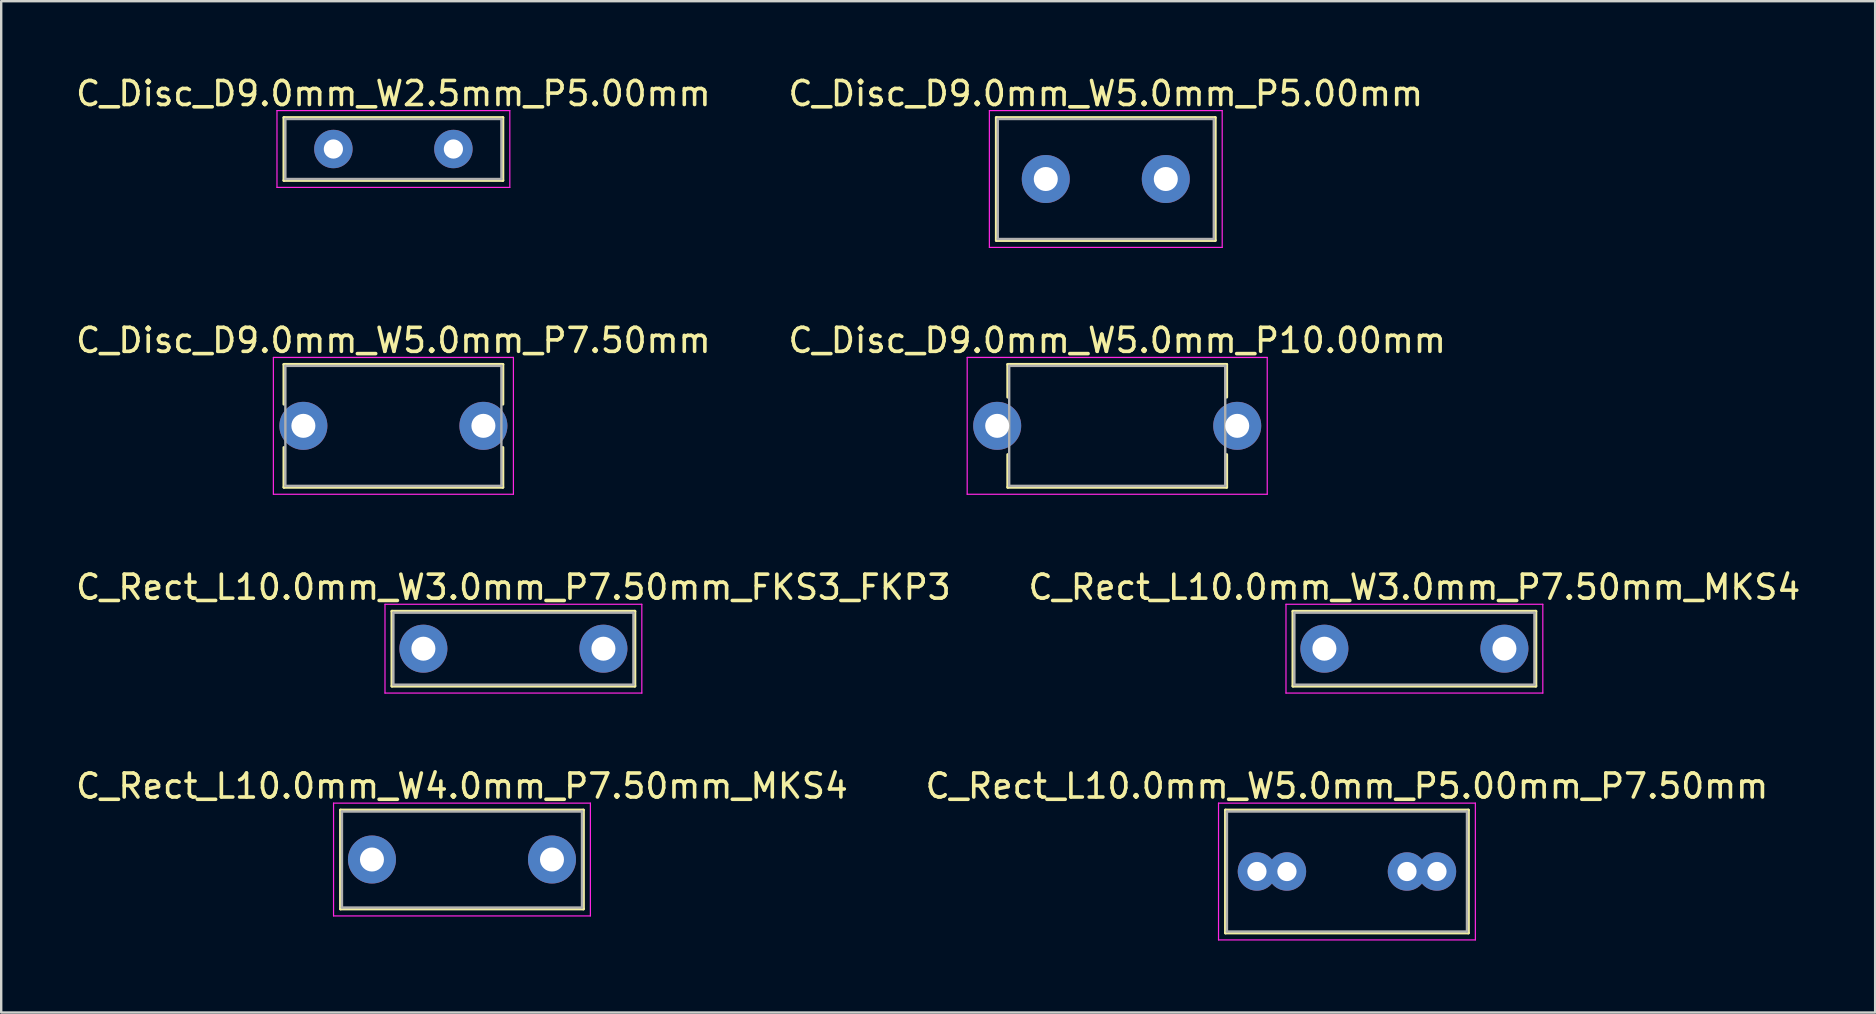
<source format=kicad_pcb>
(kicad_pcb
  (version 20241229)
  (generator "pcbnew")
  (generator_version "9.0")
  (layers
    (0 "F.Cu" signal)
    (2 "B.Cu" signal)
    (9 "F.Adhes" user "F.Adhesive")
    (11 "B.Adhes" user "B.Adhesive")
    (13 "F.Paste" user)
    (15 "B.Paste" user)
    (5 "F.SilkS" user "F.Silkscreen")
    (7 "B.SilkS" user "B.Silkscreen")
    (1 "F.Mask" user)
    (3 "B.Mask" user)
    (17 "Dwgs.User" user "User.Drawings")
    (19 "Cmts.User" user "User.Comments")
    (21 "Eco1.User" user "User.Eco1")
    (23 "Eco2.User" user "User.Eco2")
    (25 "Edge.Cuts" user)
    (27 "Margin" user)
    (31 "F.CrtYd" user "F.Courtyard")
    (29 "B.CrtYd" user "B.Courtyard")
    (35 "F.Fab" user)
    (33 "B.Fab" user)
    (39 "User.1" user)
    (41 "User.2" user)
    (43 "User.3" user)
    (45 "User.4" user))
  (footprint "C_Rect_L10.0mm_W3.0mm_P7.50mm_FKS3_FKP3"
    (layer "F.Cu")
    (at 14.589 23.975)
    (property "Reference" "C_Rect_L10.0mm_W3.0mm_P7.50mm_FKS3_FKP3" (at 3.75 -2.56 0) (layer "F.SilkS") (effects (font (size 1 1) (thickness 0.15))))
    (attr through_hole)
    (fp_line (start -1.31 -1.56) (end -1.31 1.56) (stroke (width 0.12) (type solid)) (layer "F.SilkS"))
    (fp_line (start -1.31 -1.56) (end 8.81 -1.56) (stroke (width 0.12) (type solid)) (layer "F.SilkS"))
    (fp_line (start -1.31 1.56) (end 8.81 1.56) (stroke (width 0.12) (type solid)) (layer "F.SilkS"))
    (fp_line (start 8.81 -1.56) (end 8.81 1.56) (stroke (width 0.12) (type solid)) (layer "F.SilkS"))
    (fp_line (start -1.6 -1.85) (end -1.6 1.85) (stroke (width 0.05) (type solid)) (layer "F.CrtYd"))
    (fp_line (start -1.6 1.85) (end 9.1 1.85) (stroke (width 0.05) (type solid)) (layer "F.CrtYd"))
    (fp_line (start 9.1 -1.85) (end -1.6 -1.85) (stroke (width 0.05) (type solid)) (layer "F.CrtYd"))
    (fp_line (start 9.1 1.85) (end 9.1 -1.85) (stroke (width 0.05) (type solid)) (layer "F.CrtYd"))
    (fp_line (start -1.25 -1.5) (end -1.25 1.5) (stroke (width 0.1) (type solid)) (layer "F.Fab"))
    (fp_line (start -1.25 1.5) (end 8.75 1.5) (stroke (width 0.1) (type solid)) (layer "F.Fab"))
    (fp_line (start 8.75 -1.5) (end -1.25 -1.5) (stroke (width 0.1) (type solid)) (layer "F.Fab"))
    (fp_line (start 8.75 1.5) (end 8.75 -1.5) (stroke (width 0.1) (type solid)) (layer "F.Fab"))
    (pad "1" thru_hole circle (at 0 0) (size 2 2) (drill 1) (layers "*.Cu" "*.Mask"))
    (pad "2" thru_hole circle (at 7.5 0) (size 2 2) (drill 1) (layers "*.Cu" "*.Mask")))
  (footprint "C_Rect_L10.0mm_W4.0mm_P7.50mm_MKS4"
    (layer "F.Cu")
    (at 12.446 32.758)
    (property "Reference" "C_Rect_L10.0mm_W4.0mm_P7.50mm_MKS4" (at 3.75 -3.06 0) (layer "F.SilkS") (effects (font (size 1 1) (thickness 0.15))))
    (attr through_hole)
    (fp_line (start -1.31 -2.06) (end -1.31 2.06) (stroke (width 0.12) (type solid)) (layer "F.SilkS"))
    (fp_line (start -1.31 -2.06) (end 8.81 -2.06) (stroke (width 0.12) (type solid)) (layer "F.SilkS"))
    (fp_line (start -1.31 2.06) (end 8.81 2.06) (stroke (width 0.12) (type solid)) (layer "F.SilkS"))
    (fp_line (start 8.81 -2.06) (end 8.81 2.06) (stroke (width 0.12) (type solid)) (layer "F.SilkS"))
    (fp_line (start -1.6 -2.35) (end -1.6 2.35) (stroke (width 0.05) (type solid)) (layer "F.CrtYd"))
    (fp_line (start -1.6 2.35) (end 9.1 2.35) (stroke (width 0.05) (type solid)) (layer "F.CrtYd"))
    (fp_line (start 9.1 -2.35) (end -1.6 -2.35) (stroke (width 0.05) (type solid)) (layer "F.CrtYd"))
    (fp_line (start 9.1 2.35) (end 9.1 -2.35) (stroke (width 0.05) (type solid)) (layer "F.CrtYd"))
    (fp_line (start -1.25 -2) (end -1.25 2) (stroke (width 0.1) (type solid)) (layer "F.Fab"))
    (fp_line (start -1.25 2) (end 8.75 2) (stroke (width 0.1) (type solid)) (layer "F.Fab"))
    (fp_line (start 8.75 -2) (end -1.25 -2) (stroke (width 0.1) (type solid)) (layer "F.Fab"))
    (fp_line (start 8.75 2) (end 8.75 -2) (stroke (width 0.1) (type solid)) (layer "F.Fab"))
    (pad "1" thru_hole circle (at 0 0) (size 2 2) (drill 1) (layers "*.Cu" "*.Mask"))
    (pad "2" thru_hole circle (at 7.5 0) (size 2 2) (drill 1) (layers "*.Cu" "*.Mask")))
  (footprint "C_Rect_L10.0mm_W3.0mm_P7.50mm_MKS4"
    (layer "F.Cu")
    (at 52.125 23.975)
    (property "Reference" "C_Rect_L10.0mm_W3.0mm_P7.50mm_MKS4" (at 3.75 -2.56 0) (layer "F.SilkS") (effects (font (size 1 1) (thickness 0.15))))
    (attr through_hole)
    (fp_line (start -1.31 -1.56) (end -1.31 1.56) (stroke (width 0.12) (type solid)) (layer "F.SilkS"))
    (fp_line (start -1.31 -1.56) (end 8.81 -1.56) (stroke (width 0.12) (type solid)) (layer "F.SilkS"))
    (fp_line (start -1.31 1.56) (end 8.81 1.56) (stroke (width 0.12) (type solid)) (layer "F.SilkS"))
    (fp_line (start 8.81 -1.56) (end 8.81 1.56) (stroke (width 0.12) (type solid)) (layer "F.SilkS"))
    (fp_line (start -1.6 -1.85) (end -1.6 1.85) (stroke (width 0.05) (type solid)) (layer "F.CrtYd"))
    (fp_line (start -1.6 1.85) (end 9.1 1.85) (stroke (width 0.05) (type solid)) (layer "F.CrtYd"))
    (fp_line (start 9.1 -1.85) (end -1.6 -1.85) (stroke (width 0.05) (type solid)) (layer "F.CrtYd"))
    (fp_line (start 9.1 1.85) (end 9.1 -1.85) (stroke (width 0.05) (type solid)) (layer "F.CrtYd"))
    (fp_line (start -1.25 -1.5) (end -1.25 1.5) (stroke (width 0.1) (type solid)) (layer "F.Fab"))
    (fp_line (start -1.25 1.5) (end 8.75 1.5) (stroke (width 0.1) (type solid)) (layer "F.Fab"))
    (fp_line (start 8.75 -1.5) (end -1.25 -1.5) (stroke (width 0.1) (type solid)) (layer "F.Fab"))
    (fp_line (start 8.75 1.5) (end 8.75 -1.5) (stroke (width 0.1) (type solid)) (layer "F.Fab"))
    (pad "1" thru_hole circle (at 0 0) (size 2 2) (drill 1) (layers "*.Cu" "*.Mask"))
    (pad "2" thru_hole circle (at 7.5 0) (size 2 2) (drill 1) (layers "*.Cu" "*.Mask")))
  (footprint "C_Disc_D9.0mm_W2.5mm_P5.00mm"
    (layer "F.Cu")
    (at 10.839 3.158)
    (property "Reference" "C_Disc_D9.0mm_W2.5mm_P5.00mm" (at 2.5 -2.31 0) (layer "F.SilkS") (effects (font (size 1 1) (thickness 0.15))))
    (attr through_hole)
    (fp_line (start -2.06 -1.31) (end -2.06 1.31) (stroke (width 0.12) (type solid)) (layer "F.SilkS"))
    (fp_line (start -2.06 -1.31) (end 7.06 -1.31) (stroke (width 0.12) (type solid)) (layer "F.SilkS"))
    (fp_line (start -2.06 1.31) (end 7.06 1.31) (stroke (width 0.12) (type solid)) (layer "F.SilkS"))
    (fp_line (start 7.06 -1.31) (end 7.06 1.31) (stroke (width 0.12) (type solid)) (layer "F.SilkS"))
    (fp_line (start -2.35 -1.6) (end -2.35 1.6) (stroke (width 0.05) (type solid)) (layer "F.CrtYd"))
    (fp_line (start -2.35 1.6) (end 7.35 1.6) (stroke (width 0.05) (type solid)) (layer "F.CrtYd"))
    (fp_line (start 7.35 -1.6) (end -2.35 -1.6) (stroke (width 0.05) (type solid)) (layer "F.CrtYd"))
    (fp_line (start 7.35 1.6) (end 7.35 -1.6) (stroke (width 0.05) (type solid)) (layer "F.CrtYd"))
    (fp_line (start -2 -1.25) (end -2 1.25) (stroke (width 0.1) (type solid)) (layer "F.Fab"))
    (fp_line (start -2 1.25) (end 7 1.25) (stroke (width 0.1) (type solid)) (layer "F.Fab"))
    (fp_line (start 7 -1.25) (end -2 -1.25) (stroke (width 0.1) (type solid)) (layer "F.Fab"))
    (fp_line (start 7 1.25) (end 7 -1.25) (stroke (width 0.1) (type solid)) (layer "F.Fab"))
    (pad "1" thru_hole circle (at 0 0) (size 1.6 1.6) (drill 0.8) (layers "*.Cu" "*.Mask"))
    (pad "2" thru_hole circle (at 5 0) (size 1.6 1.6) (drill 0.8) (layers "*.Cu" "*.Mask")))
  (footprint "C_Disc_D9.0mm_W5.0mm_P7.50mm"
    (layer "F.Cu")
    (at 9.589 14.691)
    (property "Reference" "C_Disc_D9.0mm_W5.0mm_P7.50mm" (at 3.75 -3.56 0) (layer "F.SilkS") (effects (font (size 1 1) (thickness 0.15))))
    (attr through_hole)
    (fp_line (start -0.81 -2.56) (end -0.81 -0.901) (stroke (width 0.12) (type solid)) (layer "F.SilkS"))
    (fp_line (start -0.81 -2.56) (end 8.31 -2.56) (stroke (width 0.12) (type solid)) (layer "F.SilkS"))
    (fp_line (start -0.81 0.901) (end -0.81 2.56) (stroke (width 0.12) (type solid)) (layer "F.SilkS"))
    (fp_line (start -0.81 2.56) (end 8.31 2.56) (stroke (width 0.12) (type solid)) (layer "F.SilkS"))
    (fp_line (start 8.31 -2.56) (end 8.31 -0.901) (stroke (width 0.12) (type solid)) (layer "F.SilkS"))
    (fp_line (start 8.31 0.901) (end 8.31 2.56) (stroke (width 0.12) (type solid)) (layer "F.SilkS"))
    (fp_line (start -1.25 -2.85) (end -1.25 2.85) (stroke (width 0.05) (type solid)) (layer "F.CrtYd"))
    (fp_line (start -1.25 2.85) (end 8.75 2.85) (stroke (width 0.05) (type solid)) (layer "F.CrtYd"))
    (fp_line (start 8.75 -2.85) (end -1.25 -2.85) (stroke (width 0.05) (type solid)) (layer "F.CrtYd"))
    (fp_line (start 8.75 2.85) (end 8.75 -2.85) (stroke (width 0.05) (type solid)) (layer "F.CrtYd"))
    (fp_line (start -0.75 -2.5) (end -0.75 2.5) (stroke (width 0.1) (type solid)) (layer "F.Fab"))
    (fp_line (start -0.75 2.5) (end 8.25 2.5) (stroke (width 0.1) (type solid)) (layer "F.Fab"))
    (fp_line (start 8.25 -2.5) (end -0.75 -2.5) (stroke (width 0.1) (type solid)) (layer "F.Fab"))
    (fp_line (start 8.25 2.5) (end 8.25 -2.5) (stroke (width 0.1) (type solid)) (layer "F.Fab"))
    (pad "1" thru_hole circle (at 0 0) (size 2 2) (drill 1) (layers "*.Cu" "*.Mask"))
    (pad "2" thru_hole circle (at 7.5 0) (size 2 2) (drill 1) (layers "*.Cu" "*.Mask")))
  (footprint "C_Rect_L10.0mm_W5.0mm_P5.00mm_P7.50mm"
    (layer "F.Cu")
    (at 49.315 33.258)
    (property "Reference" "C_Rect_L10.0mm_W5.0mm_P5.00mm_P7.50mm" (at 3.75 -3.56 0) (layer "F.SilkS") (effects (font (size 1 1) (thickness 0.15))))
    (attr through_hole)
    (fp_line (start -1.31 -2.56) (end -1.31 2.56) (stroke (width 0.12) (type solid)) (layer "F.SilkS"))
    (fp_line (start -1.31 -2.56) (end 8.81 -2.56) (stroke (width 0.12) (type solid)) (layer "F.SilkS"))
    (fp_line (start -1.31 2.56) (end 8.81 2.56) (stroke (width 0.12) (type solid)) (layer "F.SilkS"))
    (fp_line (start 8.81 -2.56) (end 8.81 2.56) (stroke (width 0.12) (type solid)) (layer "F.SilkS"))
    (fp_line (start -1.6 -2.85) (end -1.6 2.85) (stroke (width 0.05) (type solid)) (layer "F.CrtYd"))
    (fp_line (start -1.6 2.85) (end 9.1 2.85) (stroke (width 0.05) (type solid)) (layer "F.CrtYd"))
    (fp_line (start 9.1 -2.85) (end -1.6 -2.85) (stroke (width 0.05) (type solid)) (layer "F.CrtYd"))
    (fp_line (start 9.1 2.85) (end 9.1 -2.85) (stroke (width 0.05) (type solid)) (layer "F.CrtYd"))
    (fp_line (start -1.25 -2.5) (end -1.25 2.5) (stroke (width 0.1) (type solid)) (layer "F.Fab"))
    (fp_line (start -1.25 2.5) (end 8.75 2.5) (stroke (width 0.1) (type solid)) (layer "F.Fab"))
    (fp_line (start 8.75 -2.5) (end -1.25 -2.5) (stroke (width 0.1) (type solid)) (layer "F.Fab"))
    (fp_line (start 8.75 2.5) (end 8.75 -2.5) (stroke (width 0.1) (type solid)) (layer "F.Fab"))
    (pad "1" thru_hole circle (at 0 0) (size 1.6 1.6) (drill 0.8) (layers "*.Cu" "*.Mask"))
    (pad "1" thru_hole circle (at 1.25 0) (size 1.6 1.6) (drill 0.8) (layers "*.Cu" "*.Mask"))
    (pad "2" thru_hole circle (at 6.25 0) (size 1.6 1.6) (drill 0.8) (layers "*.Cu" "*.Mask"))
    (pad "2" thru_hole circle (at 7.5 0) (size 1.6 1.6) (drill 0.8) (layers "*.Cu" "*.Mask")))
  (footprint "C_Disc_D9.0mm_W5.0mm_P5.00mm"
    (layer "F.Cu")
    (at 40.518 4.408)
    (property "Reference" "C_Disc_D9.0mm_W5.0mm_P5.00mm" (at 2.5 -3.56 0) (layer "F.SilkS") (effects (font (size 1 1) (thickness 0.15))))
    (attr through_hole)
    (fp_line (start -2.06 -2.56) (end -2.06 2.56) (stroke (width 0.12) (type solid)) (layer "F.SilkS"))
    (fp_line (start -2.06 -2.56) (end 7.06 -2.56) (stroke (width 0.12) (type solid)) (layer "F.SilkS"))
    (fp_line (start -2.06 2.56) (end 7.06 2.56) (stroke (width 0.12) (type solid)) (layer "F.SilkS"))
    (fp_line (start 7.06 -2.56) (end 7.06 2.56) (stroke (width 0.12) (type solid)) (layer "F.SilkS"))
    (fp_line (start -2.35 -2.85) (end -2.35 2.85) (stroke (width 0.05) (type solid)) (layer "F.CrtYd"))
    (fp_line (start -2.35 2.85) (end 7.35 2.85) (stroke (width 0.05) (type solid)) (layer "F.CrtYd"))
    (fp_line (start 7.35 -2.85) (end -2.35 -2.85) (stroke (width 0.05) (type solid)) (layer "F.CrtYd"))
    (fp_line (start 7.35 2.85) (end 7.35 -2.85) (stroke (width 0.05) (type solid)) (layer "F.CrtYd"))
    (fp_line (start -2 -2.5) (end -2 2.5) (stroke (width 0.1) (type solid)) (layer "F.Fab"))
    (fp_line (start -2 2.5) (end 7 2.5) (stroke (width 0.1) (type solid)) (layer "F.Fab"))
    (fp_line (start 7 -2.5) (end -2 -2.5) (stroke (width 0.1) (type solid)) (layer "F.Fab"))
    (fp_line (start 7 2.5) (end 7 -2.5) (stroke (width 0.1) (type solid)) (layer "F.Fab"))
    (pad "1" thru_hole circle (at 0 0) (size 2 2) (drill 1) (layers "*.Cu" "*.Mask"))
    (pad "2" thru_hole circle (at 5 0) (size 2 2) (drill 1) (layers "*.Cu" "*.Mask")))
  (footprint "C_Disc_D9.0mm_W5.0mm_P10.00mm"
    (layer "F.Cu")
    (at 38.494 14.691)
    (property "Reference" "C_Disc_D9.0mm_W5.0mm_P10.00mm" (at 5 -3.56 0) (layer "F.SilkS") (effects (font (size 1 1) (thickness 0.15))))
    (attr through_hole)
    (fp_line (start 0.44 -2.56) (end 0.44 -1.195) (stroke (width 0.12) (type solid)) (layer "F.SilkS"))
    (fp_line (start 0.44 -2.56) (end 9.56 -2.56) (stroke (width 0.12) (type solid)) (layer "F.SilkS"))
    (fp_line (start 0.44 1.195) (end 0.44 2.56) (stroke (width 0.12) (type solid)) (layer "F.SilkS"))
    (fp_line (start 0.44 2.56) (end 9.56 2.56) (stroke (width 0.12) (type solid)) (layer "F.SilkS"))
    (fp_line (start 9.56 -2.56) (end 9.56 -1.195) (stroke (width 0.12) (type solid)) (layer "F.SilkS"))
    (fp_line (start 9.56 1.195) (end 9.56 2.56) (stroke (width 0.12) (type solid)) (layer "F.SilkS"))
    (fp_line (start -1.25 -2.85) (end -1.25 2.85) (stroke (width 0.05) (type solid)) (layer "F.CrtYd"))
    (fp_line (start -1.25 2.85) (end 11.25 2.85) (stroke (width 0.05) (type solid)) (layer "F.CrtYd"))
    (fp_line (start 11.25 -2.85) (end -1.25 -2.85) (stroke (width 0.05) (type solid)) (layer "F.CrtYd"))
    (fp_line (start 11.25 2.85) (end 11.25 -2.85) (stroke (width 0.05) (type solid)) (layer "F.CrtYd"))
    (fp_line (start 0.5 -2.5) (end 0.5 2.5) (stroke (width 0.1) (type solid)) (layer "F.Fab"))
    (fp_line (start 0.5 2.5) (end 9.5 2.5) (stroke (width 0.1) (type solid)) (layer "F.Fab"))
    (fp_line (start 9.5 -2.5) (end 0.5 -2.5) (stroke (width 0.1) (type solid)) (layer "F.Fab"))
    (fp_line (start 9.5 2.5) (end 9.5 -2.5) (stroke (width 0.1) (type solid)) (layer "F.Fab"))
    (pad "1" thru_hole circle (at 0 0) (size 2 2) (drill 1) (layers "*.Cu" "*.Mask"))
    (pad "2" thru_hole circle (at 10 0) (size 2 2) (drill 1) (layers "*.Cu" "*.Mask")))
  (gr_rect
    (start -3 -3)
    (end 75.071 39.133)
    (stroke (width 0.1) (type default))
    (fill no)
    (layer "Edge.Cuts")))
</source>
